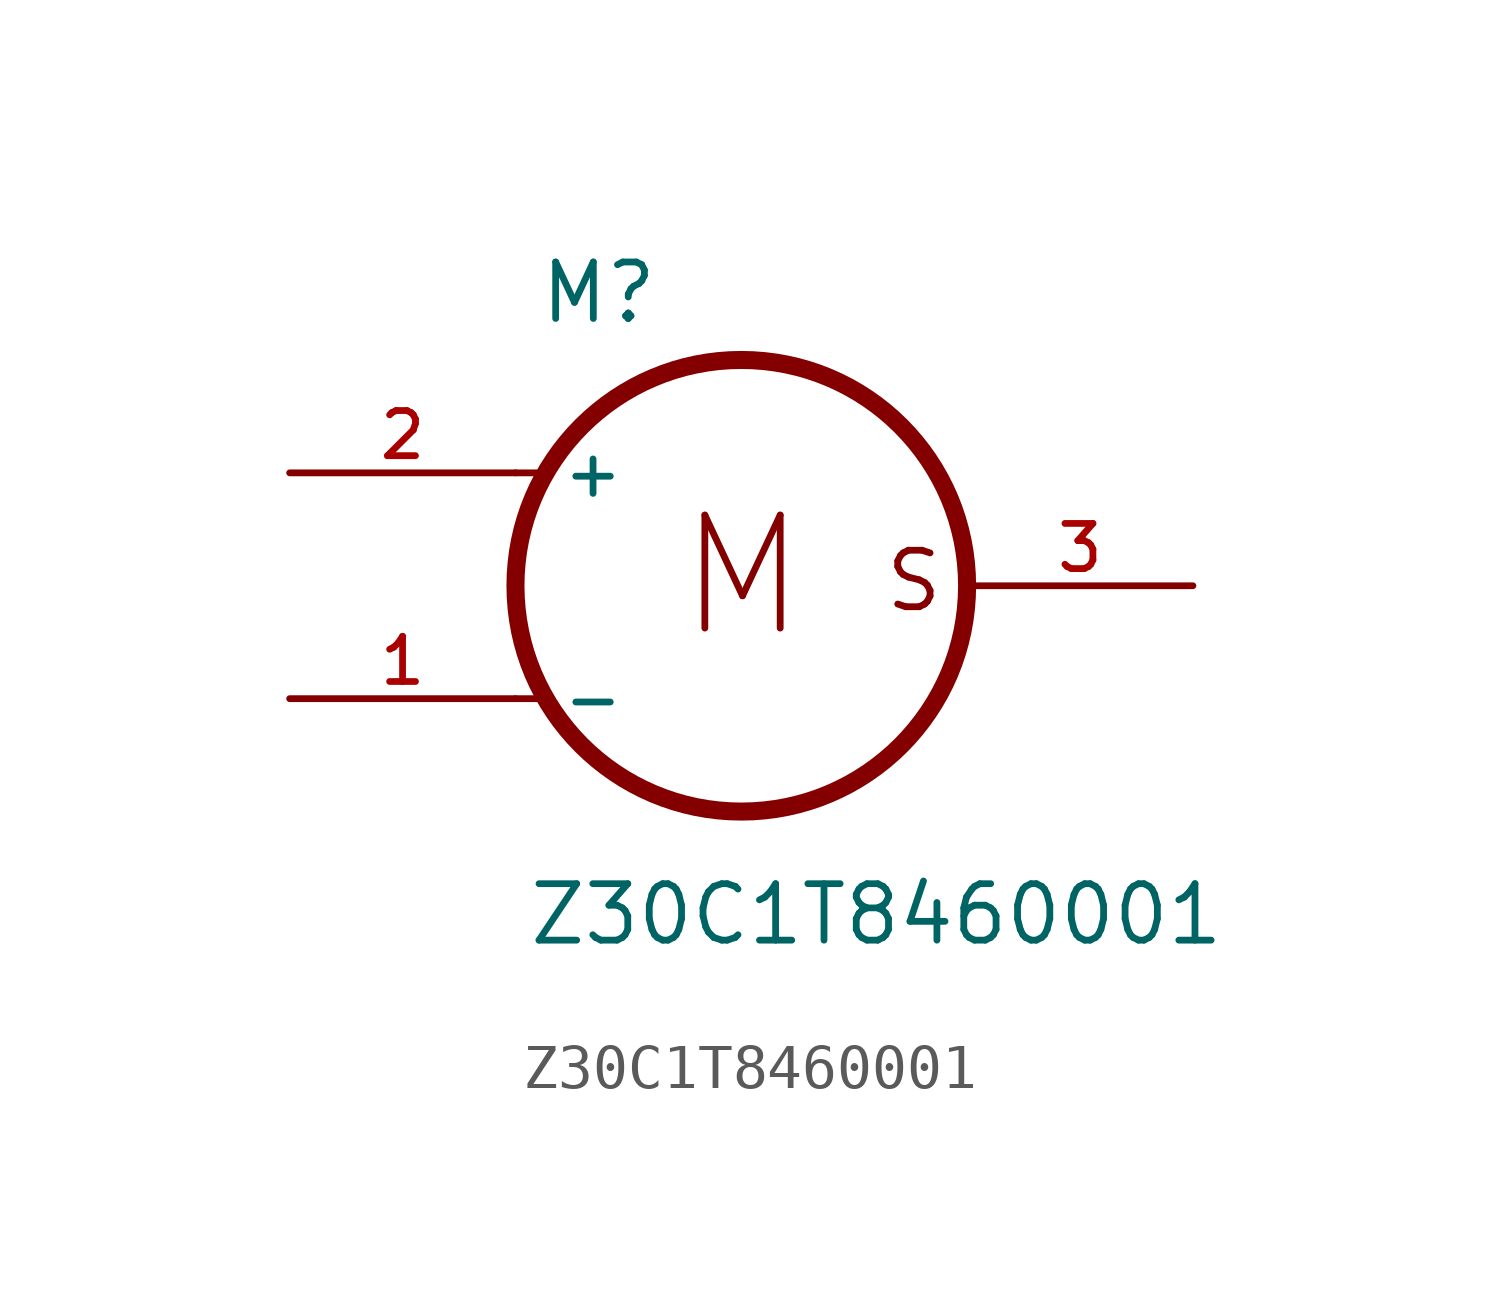
<source format=kicad_sym>
(kicad_symbol_lib
  (version 20241209)
  (generator "kicad_symbol_editor")
  (generator_version "9.0")
  (symbol "Z30C1T8460001"
    (pin_names
      (offset 1.016))
    (property "Reference" "M"
      (at -4.578 5.85 0)
      (effects (font (size 1.27 1.27)) (justify left bottom)))
    (property "Value" "Z30C1T8460001"
      (at -4.831 -8.136 0)
      (effects (font (size 1.27 1.27)) (justify left bottom)))
    (symbol "Z30C1T8460001_0_0"
      (polyline (pts (xy -5.08 2.54) (xy -4.318 2.54)) (stroke (width 0.152) (type default)) (fill (type none)))
      (polyline (pts (xy -5.08 -2.54) (xy -4.318 -2.54)) (stroke (width 0.152) (type default)) (fill (type none)))
      (circle (center 0 0) (radius 5.08) (stroke (width 0.406) (type default)) (fill (type none)))
      (text "M" (at -1.525 -1.271 0) (effects (font (size 2.542 2.542)) (justify left bottom)))
      (text "S" (at 3.178 -0.635 0) (effects (font (size 1.271 1.271)) (justify left bottom)))
      (pin passive line (at -10.16 2.54 0) (length 5.08) (name "+" (effects (font (size 1.016 1.016)))) (number "2" (effects (font (size 1.016 1.016)))))
      (pin passive line (at -10.16 -2.54 0) (length 5.08) (name "-" (effects (font (size 1.016 1.016)))) (number "1" (effects (font (size 1.016 1.016)))))
      (pin passive line (at 10.16 0 180) (length 5.08) (name "~" (effects (font (size 1.016 1.016)))) (number "3" (effects (font (size 1.016 1.016))))))
    (symbol "Z30C1T8460001_1_0"
      (pin passive line (at 10.16 0 180) (length 5.08) (hide yes) (name "~" (effects (font (size 1.016 1.016)))) (number "4" (effects (font (size 1.016 1.016)))))
      (pin passive line (at 10.16 0 180) (length 5.08) (hide yes) (name "~" (effects (font (size 1.016 1.016)))) (number "5" (effects (font (size 1.016 1.016)))))
      (pin passive line (at 10.16 0 180) (length 5.08) (hide yes) (name "~" (effects (font (size 1.016 1.016)))) (number "6" (effects (font (size 1.016 1.016))))))))
</source>
